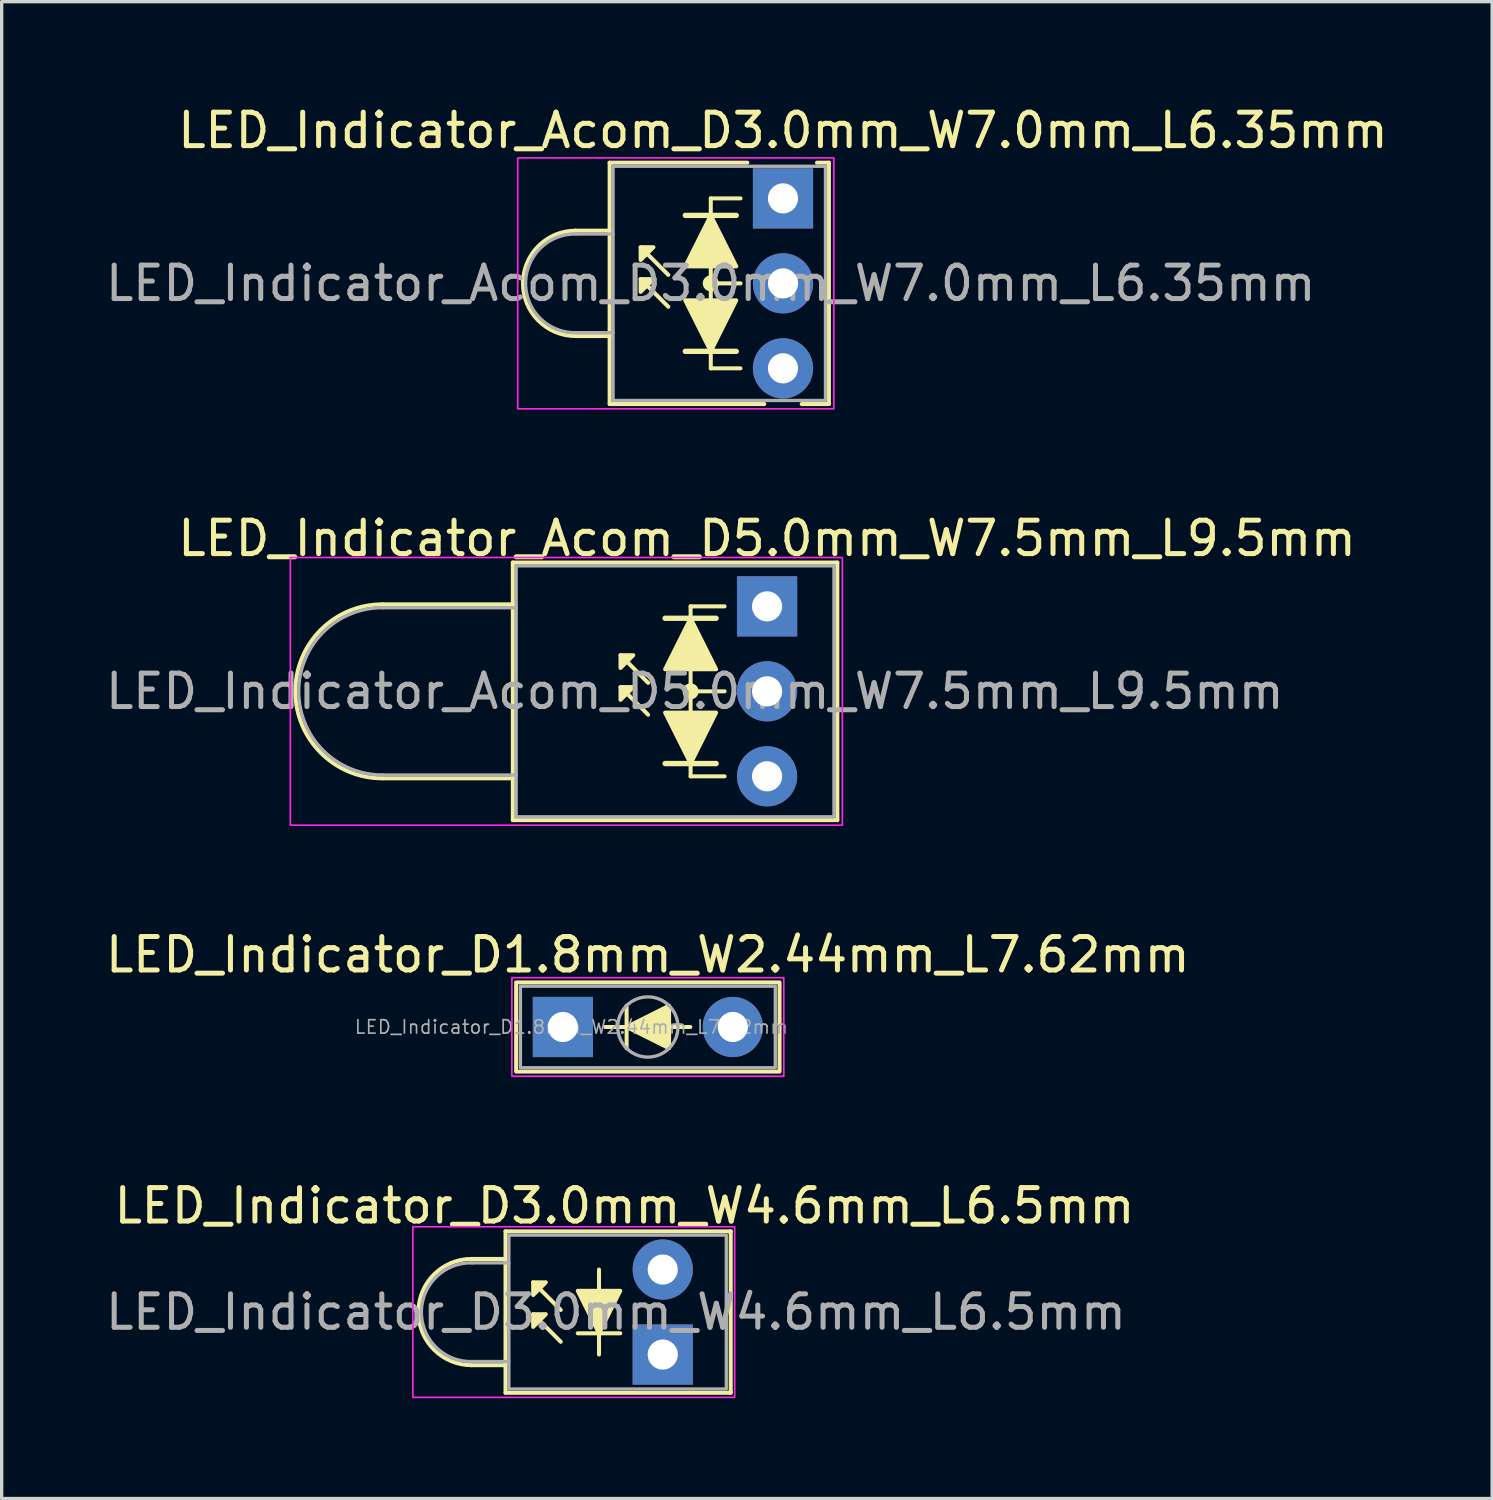
<source format=kicad_pcb>
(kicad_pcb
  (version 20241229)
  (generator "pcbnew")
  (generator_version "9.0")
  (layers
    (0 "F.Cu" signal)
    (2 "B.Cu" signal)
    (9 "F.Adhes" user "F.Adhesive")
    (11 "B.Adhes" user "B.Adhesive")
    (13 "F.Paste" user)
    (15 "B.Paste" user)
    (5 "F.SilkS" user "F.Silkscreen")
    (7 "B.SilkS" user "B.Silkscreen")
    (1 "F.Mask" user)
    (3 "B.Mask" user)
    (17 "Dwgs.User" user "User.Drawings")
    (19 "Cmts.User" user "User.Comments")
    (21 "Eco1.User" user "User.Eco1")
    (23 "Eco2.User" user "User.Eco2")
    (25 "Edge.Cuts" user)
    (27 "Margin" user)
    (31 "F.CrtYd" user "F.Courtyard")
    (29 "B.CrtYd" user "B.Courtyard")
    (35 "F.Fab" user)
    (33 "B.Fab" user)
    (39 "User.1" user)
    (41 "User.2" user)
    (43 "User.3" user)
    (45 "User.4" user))
  (footprint "LED_Indicator_Acom_D5.0mm_W7.5mm_L9.5mm"
    (layer "F.Cu")
    (at 19.879 15.075)
    (property "Reference" "LED_Indicator_Acom_D5.0mm_W7.5mm_L9.5mm" (at 0 -2.032 0) (layer "F.SilkS") (effects (font (size 1 1) (thickness 0.15))))
    (fp_line (start -11.5 -0.06) (end -7.6 -0.06) (stroke (width 0.12) (type default)) (layer "F.SilkS"))
    (fp_line (start -7.6 -1.31) (end 2.1 -1.31) (stroke (width 0.12) (type default)) (layer "F.SilkS"))
    (fp_line (start -7.6 -0.06) (end -7.6 -1.31) (stroke (width 0.12) (type default)) (layer "F.SilkS"))
    (fp_line (start -7.6 5.14) (end -11.5 5.14) (stroke (width 0.12) (type default)) (layer "F.SilkS"))
    (fp_line (start -7.6 5.14) (end -7.6 -0.06) (stroke (width 0.12) (type default)) (layer "F.SilkS"))
    (fp_line (start -7.6 6.39) (end -7.6 5.14) (stroke (width 0.12) (type default)) (layer "F.SilkS"))
    (fp_line (start -3.556 2.286) (end -4.381 1.46) (stroke (width 0.12) (type solid)) (layer "F.SilkS"))
    (fp_line (start -3.556 3.239) (end -4.381 2.413) (stroke (width 0.12) (type solid)) (layer "F.SilkS"))
    (fp_line (start -3.048 0.356) (end -1.524 0.356) (stroke (width 0.16) (type default)) (layer "F.SilkS"))
    (fp_line (start -2.286 0) (end -2.286 5.08) (stroke (width 0.12) (type default)) (layer "F.SilkS"))
    (fp_line (start -2.286 5.08) (end -1.27 5.08) (stroke (width 0.12) (type default)) (layer "F.SilkS"))
    (fp_line (start -1.524 4.699) (end -3.048 4.699) (stroke (width 0.16) (type default)) (layer "F.SilkS"))
    (fp_line (start -1.27 0) (end -2.286 0) (stroke (width 0.12) (type default)) (layer "F.SilkS"))
    (fp_line (start -1.27 2.54) (end -2.286 2.54) (stroke (width 0.12) (type default)) (layer "F.SilkS"))
    (fp_line (start 2.1 -1.31) (end 2.1 6.39) (stroke (width 0.12) (type default)) (layer "F.SilkS"))
    (fp_line (start 2.1 6.39) (end -7.6 6.39) (stroke (width 0.12) (type default)) (layer "F.SilkS"))
    (fp_arc (start -11.5 5.14) (mid -14.1 2.54) (end -11.5 -0.06) (stroke (width 0.12) (type default)) (layer "F.SilkS"))
    (fp_circle (center -2.286 2.54) (end -2.159 2.413) (stroke (width 0.12) (type default)) (fill yes) (layer "F.SilkS"))
    (fp_poly (pts (xy -4 1.46) (xy -4.381 1.841) (xy -4.381 1.46)) (stroke (width 0.12) (type solid)) (fill yes) (layer "F.SilkS"))
    (fp_poly (pts (xy -4 2.413) (xy -4.381 2.794) (xy -4.381 2.413)) (stroke (width 0.12) (type solid)) (fill yes) (layer "F.SilkS"))
    (fp_poly (pts (xy -2.286 0.356) (xy -1.524 1.88) (xy -3.048 1.88)) (stroke (width 0.12) (type solid)) (fill yes) (layer "F.SilkS"))
    (fp_poly (pts (xy -2.286 4.699) (xy -3.048 3.175) (xy -1.524 3.175)) (stroke (width 0.12) (type solid)) (fill yes) (layer "F.SilkS"))
    (fp_rect (start -14.25 -1.46) (end 2.25 6.54) (stroke (width 0.05) (type default)) (fill no) (layer "F.CrtYd"))
    (fp_line (start -11.5 0.04) (end -7.5 0.04) (stroke (width 0.1) (type default)) (layer "F.Fab"))
    (fp_line (start -11.5 5.04) (end -7.5 5.04) (stroke (width 0.1) (type default)) (layer "F.Fab"))
    (fp_rect (start -7.5 -1.21) (end 2 6.29) (stroke (width 0.1) (type default)) (fill no) (layer "F.Fab"))
    (fp_arc (start -11.5 5.04) (mid -14 2.54) (end -11.5 0.04) (stroke (width 0.1) (type default)) (layer "F.Fab"))
    (fp_text user "${REFERENCE}" (at -2.159 2.54 0) (layer "F.Fab") (effects (font (size 1 1) (thickness 0.15))))
    (pad "1" thru_hole rect (at 0 0) (size 1.8 1.8) (drill 0.9) (layers "*.Cu" "*.Mask"))
    (pad "2" thru_hole circle (at 0 2.54) (size 1.8 1.8) (drill 0.9) (layers "*.Cu" "*.Mask"))
    (pad "3" thru_hole circle (at 0 5.08) (size 1.8 1.8) (drill 0.9) (layers "*.Cu" "*.Mask")))
  (footprint "LED_Indicator_D1.8mm_W2.44mm_L7.62mm"
    (layer "F.Cu")
    (at 13.775 27.648)
    (property "Reference" "LED_Indicator_D1.8mm_W2.44mm_L7.62mm" (at 2.54 -2.159 0) (layer "F.SilkS") (effects (font (size 1 1) (thickness 0.15))))
    (fp_line (start 1.905 -0.635) (end 1.905 0.635) (stroke (width 0.12) (type solid)) (layer "F.SilkS"))
    (fp_line (start 1.905 0) (end 1.27 0) (stroke (width 0.12) (type solid)) (layer "F.SilkS"))
    (fp_line (start 3.81 0) (end 3.175 0) (stroke (width 0.12) (type solid)) (layer "F.SilkS"))
    (fp_rect (start -1.397 -1.333) (end 6.477 1.333) (stroke (width 0.12) (type default)) (fill no) (layer "F.SilkS"))
    (fp_poly (pts (xy 3.175 0.635) (xy 1.905 0) (xy 3.175 -0.635)) (stroke (width 0.12) (type solid)) (fill yes) (layer "F.SilkS"))
    (fp_rect (start -1.524 -1.473) (end 6.604 1.473) (stroke (width 0.05) (type default)) (fill no) (layer "F.CrtYd"))
    (fp_rect (start -1.27 -1.219) (end 6.35 1.219) (stroke (width 0.1) (type default)) (fill no) (layer "F.Fab"))
    (fp_circle (center 2.54 0) (end 3.44 0) (stroke (width 0.1) (type default)) (fill no) (layer "F.Fab"))
    (fp_text user "${REFERENCE}" (at 0.254 0 0) (layer "F.Fab") (effects (font (size 0.4 0.4) (thickness 0.05))))
    (pad "1" thru_hole rect (at 0 0) (size 1.8 1.8) (drill 0.9) (layers "*.Cu" "*.Mask"))
    (pad "2" thru_hole oval (at 5.08 0) (size 1.8 1.8) (drill 0.9) (layers "*.Cu" "*.Mask")))
  (footprint "LED_Indicator_Acom_D3.0mm_W7.0mm_L6.35mm"
    (layer "F.Cu")
    (at 20.355 2.88)
    (property "Reference" "LED_Indicator_Acom_D3.0mm_W7.0mm_L6.35mm" (at 0 -2.032 0) (layer "F.SilkS") (effects (font (size 1 1) (thickness 0.15))))
    (fp_line (start -5.182 -1.067) (end -5.182 0.965) (stroke (width 0.12) (type default)) (layer "F.SilkS"))
    (fp_line (start -5.182 -1.067) (end -1.067 -1.067) (stroke (width 0.12) (type default)) (layer "F.SilkS"))
    (fp_line (start -5.182 0.965) (end -6.198 0.965) (stroke (width 0.12) (type default)) (layer "F.SilkS"))
    (fp_line (start -5.182 4.115) (end -6.198 4.115) (stroke (width 0.12) (type default)) (layer "F.SilkS"))
    (fp_line (start -5.182 4.115) (end -5.182 0.965) (stroke (width 0.12) (type default)) (layer "F.SilkS"))
    (fp_line (start -5.182 6.147) (end -5.182 4.115) (stroke (width 0.12) (type default)) (layer "F.SilkS"))
    (fp_line (start -3.429 2.286) (end -4.255 1.46) (stroke (width 0.12) (type solid)) (layer "F.SilkS"))
    (fp_line (start -3.429 3.239) (end -4.255 2.413) (stroke (width 0.12) (type solid)) (layer "F.SilkS"))
    (fp_line (start -2.159 0) (end -2.159 0.508) (stroke (width 0.12) (type default)) (layer "F.SilkS"))
    (fp_line (start -2.159 0.508) (end -2.921 0.508) (stroke (width 0.16) (type default)) (layer "F.SilkS"))
    (fp_line (start -2.159 0.508) (end -1.397 0.508) (stroke (width 0.16) (type default)) (layer "F.SilkS"))
    (fp_line (start -2.159 2.032) (end -2.159 2.54) (stroke (width 0.12) (type default)) (layer "F.SilkS"))
    (fp_line (start -2.159 2.54) (end -1.27 2.54) (stroke (width 0.12) (type default)) (layer "F.SilkS"))
    (fp_line (start -2.159 3.048) (end -2.159 2.54) (stroke (width 0.12) (type default)) (layer "F.SilkS"))
    (fp_line (start -2.159 4.572) (end -2.921 4.572) (stroke (width 0.16) (type default)) (layer "F.SilkS"))
    (fp_line (start -2.159 4.572) (end -1.397 4.572) (stroke (width 0.16) (type default)) (layer "F.SilkS"))
    (fp_line (start -2.159 5.08) (end -2.159 4.572) (stroke (width 0.12) (type default)) (layer "F.SilkS"))
    (fp_line (start -2.159 5.08) (end -1.27 5.08) (stroke (width 0.12) (type default)) (layer "F.SilkS"))
    (fp_line (start -1.27 0) (end -2.159 0) (stroke (width 0.12) (type default)) (layer "F.SilkS"))
    (fp_line (start -0.559 6.147) (end -5.182 6.147) (stroke (width 0.12) (type default)) (layer "F.SilkS"))
    (fp_line (start 1.016 -1.067) (end 1.372 -1.067) (stroke (width 0.12) (type default)) (layer "F.SilkS"))
    (fp_line (start 1.372 -1.067) (end 1.372 6.147) (stroke (width 0.12) (type default)) (layer "F.SilkS"))
    (fp_line (start 1.372 6.147) (end 0.559 6.147) (stroke (width 0.12) (type default)) (layer "F.SilkS"))
    (fp_arc (start -6.1976 4.1148) (mid -7.7724 2.54) (end -6.1976 0.9652) (stroke (width 0.12) (type default)) (layer "F.SilkS"))
    (fp_circle (center -2.159 2.54) (end -2.032 2.413) (stroke (width 0.12) (type default)) (fill yes) (layer "F.SilkS"))
    (fp_poly (pts (xy -3.873 1.46) (xy -4.255 1.841) (xy -4.255 1.46)) (stroke (width 0.12) (type solid)) (fill yes) (layer "F.SilkS"))
    (fp_poly (pts (xy -3.873 2.413) (xy -4.255 2.794) (xy -4.255 2.413)) (stroke (width 0.12) (type solid)) (fill yes) (layer "F.SilkS"))
    (fp_poly (pts (xy -2.159 0.508) (xy -1.397 2.032) (xy -2.921 2.032)) (stroke (width 0.12) (type solid)) (fill yes) (layer "F.SilkS"))
    (fp_poly (pts (xy -2.159 4.572) (xy -2.921 3.048) (xy -1.397 3.048)) (stroke (width 0.12) (type solid)) (fill yes) (layer "F.SilkS"))
    (fp_rect (start -7.93 -1.21) (end 1.52 6.29) (stroke (width 0.05) (type default)) (fill no) (layer "F.CrtYd"))
    (fp_line (start -5.08 1.065) (end -6.18 1.065) (stroke (width 0.1) (type default)) (layer "F.Fab"))
    (fp_line (start -5.08 4.015) (end -6.18 4.015) (stroke (width 0.1) (type default)) (layer "F.Fab"))
    (fp_rect (start -5.08 -0.96) (end 1.27 6.04) (stroke (width 0.1) (type default)) (fill no) (layer "F.Fab"))
    (fp_arc (start -6.18 4.015) (mid -7.695305 2.54) (end -6.18 1.065) (stroke (width 0.1) (type default)) (layer "F.Fab"))
    (fp_text user "${REFERENCE}" (at -2.159 2.54 0) (layer "F.Fab") (effects (font (size 1 1) (thickness 0.15))))
    (pad "1" thru_hole rect (at 0 0) (size 1.8 1.8) (drill 0.9) (layers "*.Cu" "*.Mask"))
    (pad "2" thru_hole circle (at 0 2.54) (size 1.8 1.8) (drill 0.9) (layers "*.Cu" "*.Mask"))
    (pad "3" thru_hole circle (at 0 5.08) (size 1.8 1.8) (drill 0.9) (layers "*.Cu" "*.Mask")))
  (footprint "LED_Indicator_D3.0mm_W4.6mm_L6.5mm"
    (layer "F.Cu")
    (at 16.76 37.439)
    (property "Reference" "LED_Indicator_D3.0mm_W4.6mm_L6.5mm" (at -1.143 -4.445 0) (layer "F.SilkS") (effects (font (size 1 1) (thickness 0.15))))
    (fp_line (start -4.699 -3.683) (end -4.699 1.143) (stroke (width 0.12) (type default)) (layer "F.SilkS"))
    (fp_line (start -4.699 -2.857) (end -5.715 -2.857) (stroke (width 0.12) (type default)) (layer "F.SilkS"))
    (fp_line (start -4.699 0.318) (end -5.715 0.318) (stroke (width 0.12) (type default)) (layer "F.SilkS"))
    (fp_line (start -4.699 1.143) (end 2.032 1.143) (stroke (width 0.12) (type default)) (layer "F.SilkS"))
    (fp_line (start -3.048 -1.333) (end -3.873 -2.159) (stroke (width 0.12) (type solid)) (layer "F.SilkS"))
    (fp_line (start -3.048 -0.381) (end -3.873 -1.206) (stroke (width 0.12) (type solid)) (layer "F.SilkS"))
    (fp_line (start -2.54 -0.635) (end -1.27 -0.635) (stroke (width 0.12) (type solid)) (layer "F.SilkS"))
    (fp_line (start -1.905 -2.54) (end -1.905 -1.905) (stroke (width 0.12) (type solid)) (layer "F.SilkS"))
    (fp_line (start -1.905 -0.635) (end -1.905 0) (stroke (width 0.12) (type solid)) (layer "F.SilkS"))
    (fp_line (start 2.032 -3.683) (end -4.699 -3.683) (stroke (width 0.12) (type default)) (layer "F.SilkS"))
    (fp_line (start 2.032 1.143) (end 2.032 -3.683) (stroke (width 0.12) (type default)) (layer "F.SilkS"))
    (fp_arc (start -5.715 0.3175) (mid -7.3025 -1.27) (end -5.715 -2.8575) (stroke (width 0.12) (type default)) (layer "F.SilkS"))
    (fp_poly (pts (xy -3.493 -2.159) (xy -3.873 -1.778) (xy -3.873 -2.159)) (stroke (width 0.12) (type solid)) (fill yes) (layer "F.SilkS"))
    (fp_poly (pts (xy -3.493 -1.206) (xy -3.873 -0.826) (xy -3.873 -1.206)) (stroke (width 0.12) (type solid)) (fill yes) (layer "F.SilkS"))
    (fp_poly (pts (xy -1.27 -1.905) (xy -1.905 -0.635) (xy -2.54 -1.905)) (stroke (width 0.12) (type solid)) (fill yes) (layer "F.SilkS"))
    (fp_rect (start -7.47 -3.82) (end 2.15 1.28) (stroke (width 0.05) (type default)) (fill no) (layer "F.CrtYd"))
    (fp_line (start -4.6 -2.74) (end -5.7 -2.74) (stroke (width 0.1) (type default)) (layer "F.Fab"))
    (fp_line (start -4.6 0.21) (end -5.7 0.21) (stroke (width 0.1) (type default)) (layer "F.Fab"))
    (fp_rect (start -4.6 -3.57) (end 1.9 1.03) (stroke (width 0.1) (type default)) (fill no) (layer "F.Fab"))
    (fp_arc (start -5.7 0.21) (mid -7.215305 -1.265) (end -5.7 -2.74) (stroke (width 0.1) (type default)) (layer "F.Fab"))
    (fp_text user "${REFERENCE}" (at -1.397 -1.27 0) (layer "F.Fab") (effects (font (size 1 1) (thickness 0.15))))
    (pad "1" thru_hole rect (at 0 0) (size 1.8 1.8) (drill 0.9) (layers "*.Cu" "*.Mask"))
    (pad "2" thru_hole oval (at 0 -2.54) (size 1.8 1.8) (drill 0.9) (layers "*.Cu" "*.Mask")))
  (gr_rect
    (start -3 -3)
    (end 41.552 41.744)
    (stroke (width 0.1) (type default))
    (fill no)
    (layer "Edge.Cuts")))
</source>
